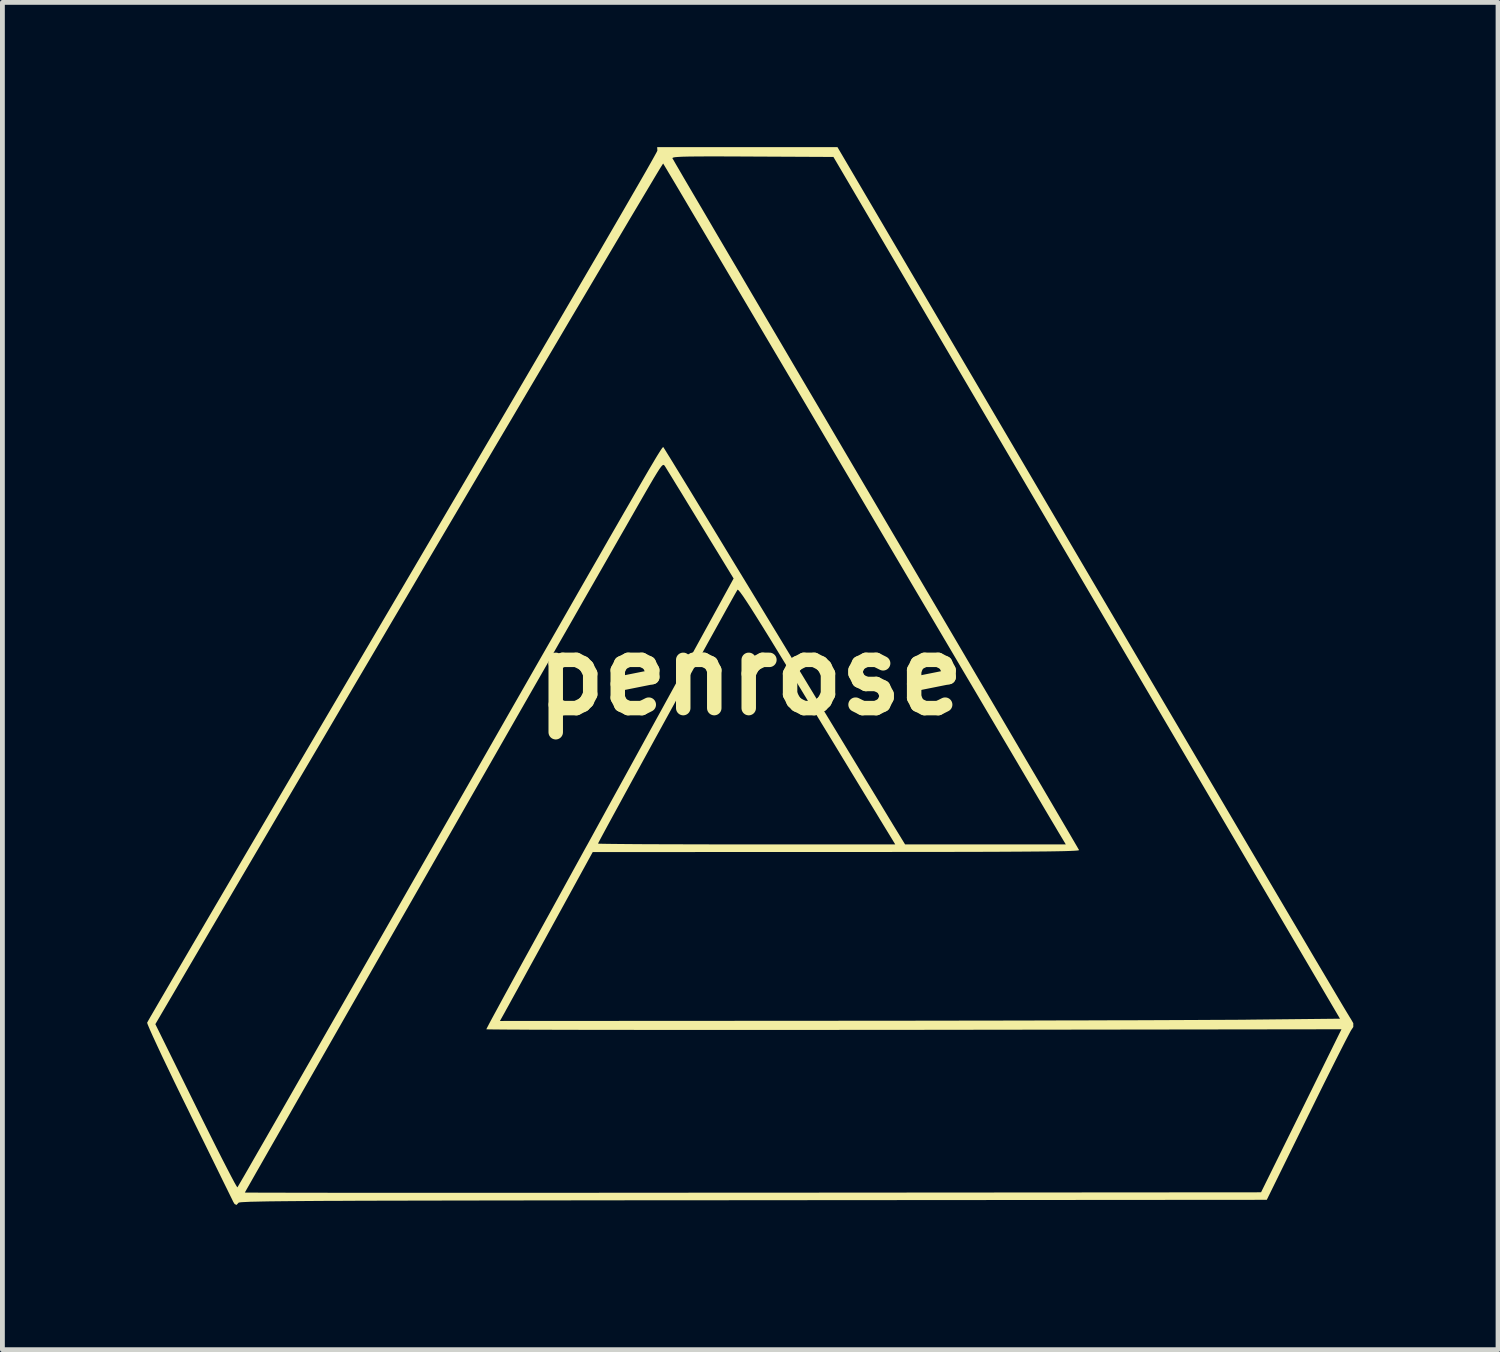
<source format=kicad_pcb>
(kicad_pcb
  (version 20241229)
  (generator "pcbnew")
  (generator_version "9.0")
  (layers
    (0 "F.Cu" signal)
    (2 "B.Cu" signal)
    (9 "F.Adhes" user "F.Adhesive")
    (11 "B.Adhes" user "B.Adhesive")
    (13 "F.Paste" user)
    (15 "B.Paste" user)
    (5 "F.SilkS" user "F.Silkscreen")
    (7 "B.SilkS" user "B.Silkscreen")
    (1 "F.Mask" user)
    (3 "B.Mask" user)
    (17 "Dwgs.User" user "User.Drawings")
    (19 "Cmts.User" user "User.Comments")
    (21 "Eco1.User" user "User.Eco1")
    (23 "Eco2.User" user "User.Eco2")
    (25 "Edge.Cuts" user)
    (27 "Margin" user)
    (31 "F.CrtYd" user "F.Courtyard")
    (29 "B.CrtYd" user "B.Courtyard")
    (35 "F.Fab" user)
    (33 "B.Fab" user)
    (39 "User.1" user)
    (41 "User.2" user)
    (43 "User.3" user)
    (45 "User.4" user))
  (footprint "penrose"
    (layer "F.Cu")
    (at 12.504 10.948)
    (property "Reference" "penrose" (at 0 0 0) (layer "F.SilkS") (effects (font (size 1.5 1.5) (thickness 0.3))))
    (attr board_only exclude_from_pos_files exclude_from_bom)
    (fp_poly (pts (xy 7.103 -1.932) (xy 7.512 -1.237) (xy 7.912 -0.556) (xy 8.303 0.109) (xy 8.684 0.756) (xy 9.054 1.384) (xy 9.411 1.99) (xy 9.754 2.573) (xy 10.082 3.13) (xy 10.394 3.659) (xy 10.689 4.159) (xy 10.965 4.627) (xy 11.221 5.061) (xy 11.457 5.46) (xy 11.67 5.822) (xy 11.861 6.144) (xy 12.027 6.424) (xy 12.167 6.66) (xy 12.281 6.852) (xy 12.367 6.995) (xy 12.424 7.089) (xy 12.451 7.132) (xy 12.452 7.134) (xy 12.495 7.209) (xy 12.495 7.288) (xy 12.463 7.335) (xy 12.442 7.368) (xy 12.397 7.453) (xy 12.329 7.583) (xy 12.241 7.756) (xy 12.135 7.965) (xy 12.015 8.205) (xy 11.881 8.473) (xy 11.738 8.763) (xy 11.587 9.07) (xy 11.563 9.118) (xy 10.702 10.87) (xy 0.058 10.878) (xy -0.919 10.879) (xy -1.836 10.879) (xy -2.694 10.88) (xy -3.495 10.881) (xy -4.241 10.882) (xy -4.934 10.883) (xy -5.575 10.884) (xy -6.168 10.885) (xy -6.713 10.886) (xy -7.213 10.887) (xy -7.669 10.888) (xy -8.084 10.889) (xy -8.459 10.891) (xy -8.796 10.892) (xy -9.097 10.894) (xy -9.365 10.896) (xy -9.6 10.898) (xy -9.805 10.9) (xy -9.981 10.902) (xy -10.132 10.905) (xy -10.258 10.908) (xy -10.361 10.91) (xy -10.443 10.914) (xy -10.507 10.917) (xy -10.554 10.92) (xy -10.586 10.924) (xy -10.605 10.928) (xy -10.612 10.933) (xy -10.612 10.933) (xy -10.652 10.976) (xy -10.692 10.957) (xy -10.721 10.909) (xy -10.74 10.869) (xy -10.785 10.778) (xy -10.814 10.719) (xy -10.479 10.719) (xy -10.448 10.72) (xy -10.357 10.721) (xy -10.208 10.721) (xy -10.003 10.722) (xy -9.745 10.722) (xy -9.435 10.723) (xy -9.077 10.723) (xy -8.672 10.724) (xy -8.223 10.724) (xy -7.731 10.724) (xy -7.2 10.724) (xy -6.632 10.724) (xy -6.028 10.724) (xy -5.392 10.724) (xy -4.725 10.724) (xy -4.029 10.724) (xy -3.308 10.724) (xy -2.563 10.723) (xy -1.796 10.723) (xy -1.01 10.722) (xy -0.207 10.722) (xy 0.052 10.722) (xy 10.583 10.714) (xy 11.417 9.025) (xy 12.25 7.335) (xy 3.388 7.347) (xy 2.648 7.347) (xy 1.924 7.348) (xy 1.219 7.349) (xy 0.535 7.349) (xy -0.125 7.349) (xy -0.758 7.349) (xy -1.363 7.349) (xy -1.936 7.349) (xy -2.476 7.348) (xy -2.979 7.348) (xy -3.444 7.347) (xy -3.867 7.346) (xy -4.246 7.345) (xy -4.579 7.344) (xy -4.864 7.342) (xy -5.097 7.341) (xy -5.277 7.339) (xy -5.4 7.338) (xy -5.465 7.336) (xy -5.474 7.335) (xy -5.459 7.304) (xy -5.417 7.223) (xy -5.385 7.163) (xy -5.192 7.163) (xy 1.682 7.159) (xy 2.361 7.158) (xy 3.04 7.158) (xy 3.714 7.157) (xy 4.379 7.156) (xy 5.031 7.155) (xy 5.667 7.154) (xy 6.282 7.152) (xy 6.872 7.151) (xy 7.435 7.149) (xy 7.964 7.148) (xy 8.458 7.146) (xy 8.911 7.144) (xy 9.32 7.142) (xy 9.682 7.14) (xy 9.991 7.139) (xy 10.244 7.137) (xy 10.387 7.135) (xy 12.219 7.116) (xy 6.969 -1.814) (xy 1.72 -10.745) (xy 0.043 -10.753) (xy -0.329 -10.755) (xy -0.642 -10.756) (xy -0.903 -10.756) (xy -1.114 -10.755) (xy -1.282 -10.753) (xy -1.409 -10.75) (xy -1.502 -10.745) (xy -1.564 -10.74) (xy -1.601 -10.732) (xy -1.616 -10.724) (xy -1.617 -10.717) (xy -1.599 -10.687) (xy -1.552 -10.605) (xy -1.475 -10.473) (xy -1.371 -10.294) (xy -1.24 -10.071) (xy -1.083 -9.804) (xy -0.903 -9.498) (xy -0.701 -9.152) (xy -0.477 -8.771) (xy -0.233 -8.357) (xy 0.029 -7.91) (xy 0.309 -7.434) (xy 0.605 -6.932) (xy 0.915 -6.404) (xy 1.239 -5.854) (xy 1.575 -5.284) (xy 1.921 -4.695) (xy 2.277 -4.09) (xy 2.598 -3.546) (xy 2.961 -2.929) (xy 3.316 -2.327) (xy 3.661 -1.74) (xy 3.996 -1.172) (xy 4.318 -0.625) (xy 4.626 -0.1) (xy 4.92 0.399) (xy 5.198 0.871) (xy 5.458 1.314) (xy 5.699 1.725) (xy 5.921 2.101) (xy 6.121 2.442) (xy 6.298 2.744) (xy 6.451 3.005) (xy 6.579 3.223) (xy 6.68 3.396) (xy 6.753 3.521) (xy 6.797 3.597) (xy 6.811 3.621) (xy 6.802 3.626) (xy 6.769 3.631) (xy 6.71 3.635) (xy 6.622 3.639) (xy 6.503 3.643) (xy 6.35 3.646) (xy 6.161 3.649) (xy 5.934 3.651) (xy 5.666 3.653) (xy 5.355 3.655) (xy 4.998 3.657) (xy 4.593 3.658) (xy 4.138 3.659) (xy 3.629 3.66) (xy 3.065 3.66) (xy 2.444 3.661) (xy 1.779 3.661) (xy -3.269 3.662) (xy -4.122 5.217) (xy -4.283 5.511) (xy -4.438 5.794) (xy -4.584 6.059) (xy -4.717 6.302) (xy -4.835 6.517) (xy -4.935 6.698) (xy -5.012 6.839) (xy -5.065 6.934) (xy -5.083 6.968) (xy -5.192 7.163) (xy -5.385 7.163) (xy -5.349 7.096) (xy -5.257 6.927) (xy -5.145 6.72) (xy -5.014 6.48) (xy -4.867 6.211) (xy -4.706 5.917) (xy -4.533 5.603) (xy -4.351 5.272) (xy -4.335 5.243) (xy -4.137 4.884) (xy -3.915 4.48) (xy -3.672 4.038) (xy -3.414 3.569) (xy -3.368 3.487) (xy -3.159 3.487) (xy -3.129 3.489) (xy -3.04 3.491) (xy -2.897 3.493) (xy -2.704 3.495) (xy -2.465 3.497) (xy -2.185 3.499) (xy -1.868 3.5) (xy -1.518 3.501) (xy -1.138 3.502) (xy -0.735 3.503) (xy -0.311 3.503) (xy -0.079 3.503) (xy 3.001 3.503) (xy 2.672 2.964) (xy 2.603 2.849) (xy 2.504 2.687) (xy 2.379 2.482) (xy 2.232 2.24) (xy 2.066 1.967) (xy 1.884 1.668) (xy 1.69 1.348) (xy 1.486 1.014) (xy 1.277 0.67) (xy 1.066 0.322) (xy 1.056 0.305) (xy 0.809 -0.101) (xy 0.592 -0.455) (xy 0.405 -0.761) (xy 0.244 -1.021) (xy 0.109 -1.237) (xy -0.003 -1.414) (xy -0.093 -1.552) (xy -0.162 -1.654) (xy -0.213 -1.724) (xy -0.247 -1.764) (xy -0.265 -1.777) (xy -0.268 -1.775) (xy -0.287 -1.743) (xy -0.334 -1.661) (xy -0.405 -1.534) (xy -0.499 -1.366) (xy -0.612 -1.162) (xy -0.743 -0.926) (xy -0.889 -0.663) (xy -1.046 -0.377) (xy -1.213 -0.074) (xy -1.388 0.242) (xy -1.566 0.567) (xy -1.747 0.896) (xy -1.928 1.225) (xy -2.105 1.548) (xy -2.277 1.862) (xy -2.441 2.161) (xy -2.594 2.441) (xy -2.734 2.698) (xy -2.859 2.927) (xy -2.965 3.122) (xy -3.051 3.281) (xy -3.113 3.397) (xy -3.15 3.467) (xy -3.159 3.487) (xy -3.368 3.487) (xy -3.146 3.082) (xy -2.873 2.585) (xy -2.599 2.088) (xy -2.331 1.6) (xy -2.073 1.13) (xy -1.829 0.687) (xy -1.772 0.583) (xy -0.349 -2.008) (xy -0.476 -2.216) (xy -0.523 -2.293) (xy -0.598 -2.416) (xy -0.695 -2.575) (xy -0.811 -2.764) (xy -0.939 -2.974) (xy -1.075 -3.197) (xy -1.165 -3.345) (xy -1.299 -3.564) (xy -1.424 -3.77) (xy -1.537 -3.953) (xy -1.632 -4.109) (xy -1.707 -4.23) (xy -1.756 -4.31) (xy -1.774 -4.339) (xy -1.788 -4.356) (xy -1.802 -4.363) (xy -1.821 -4.356) (xy -1.848 -4.329) (xy -1.886 -4.278) (xy -1.937 -4.198) (xy -2.006 -4.085) (xy -2.095 -3.933) (xy -2.208 -3.738) (xy -2.347 -3.496) (xy -2.409 -3.387) (xy -2.479 -3.265) (xy -2.578 -3.091) (xy -2.706 -2.869) (xy -2.859 -2.601) (xy -3.037 -2.29) (xy -3.238 -1.939) (xy -3.46 -1.552) (xy -3.701 -1.129) (xy -3.961 -0.676) (xy -4.237 -0.193) (xy -4.528 0.314) (xy -4.832 0.845) (xy -5.147 1.396) (xy -5.472 1.964) (xy -5.806 2.546) (xy -6.145 3.14) (xy -6.49 3.742) (xy -6.737 4.174) (xy -7.076 4.766) (xy -7.407 5.343) (xy -7.728 5.904) (xy -8.038 6.446) (xy -8.336 6.966) (xy -8.62 7.463) (xy -8.889 7.934) (xy -9.142 8.376) (xy -9.377 8.787) (xy -9.593 9.166) (xy -9.789 9.509) (xy -9.964 9.814) (xy -10.115 10.079) (xy -10.242 10.301) (xy -10.343 10.479) (xy -10.417 10.609) (xy -10.463 10.69) (xy -10.479 10.719) (xy -10.479 10.719) (xy -10.814 10.719) (xy -10.852 10.641) (xy -10.94 10.463) (xy -11.045 10.248) (xy -11.166 10.002) (xy -11.3 9.729) (xy -11.445 9.435) (xy -11.598 9.124) (xy -11.636 9.045) (xy -11.793 8.726) (xy -11.94 8.424) (xy -12.074 8.144) (xy -12.195 7.892) (xy -12.298 7.671) (xy -12.383 7.487) (xy -12.447 7.344) (xy -12.488 7.247) (xy -12.495 7.229) (xy -12.334 7.229) (xy -11.494 8.932) (xy -11.344 9.235) (xy -11.202 9.52) (xy -11.071 9.782) (xy -10.952 10.017) (xy -10.848 10.219) (xy -10.762 10.385) (xy -10.696 10.509) (xy -10.652 10.586) (xy -10.633 10.612) (xy -10.633 10.612) (xy -10.616 10.583) (xy -10.569 10.502) (xy -10.493 10.372) (xy -10.391 10.195) (xy -10.264 9.973) (xy -10.112 9.709) (xy -9.938 9.406) (xy -9.742 9.065) (xy -9.527 8.69) (xy -9.294 8.282) (xy -9.043 7.845) (xy -8.777 7.38) (xy -8.496 6.89) (xy -8.203 6.378) (xy -7.898 5.845) (xy -7.583 5.295) (xy -7.26 4.73) (xy -7.149 4.536) (xy -6.666 3.691) (xy -6.213 2.9) (xy -5.789 2.159) (xy -5.393 1.467) (xy -5.025 0.823) (xy -4.683 0.225) (xy -4.366 -0.329) (xy -4.073 -0.84) (xy -3.804 -1.31) (xy -3.557 -1.742) (xy -3.331 -2.136) (xy -3.125 -2.494) (xy -2.94 -2.818) (xy -2.772 -3.109) (xy -2.622 -3.37) (xy -2.488 -3.601) (xy -2.37 -3.806) (xy -2.267 -3.984) (xy -2.177 -4.139) (xy -2.1 -4.271) (xy -2.034 -4.382) (xy -1.979 -4.475) (xy -1.934 -4.55) (xy -1.897 -4.609) (xy -1.868 -4.655) (xy -1.846 -4.688) (xy -1.83 -4.711) (xy -1.818 -4.725) (xy -1.81 -4.731) (xy -1.806 -4.732) (xy -1.803 -4.729) (xy -1.801 -4.724) (xy -1.799 -4.719) (xy -1.796 -4.715) (xy -1.776 -4.684) (xy -1.726 -4.603) (xy -1.646 -4.474) (xy -1.54 -4.301) (xy -1.409 -4.087) (xy -1.254 -3.834) (xy -1.079 -3.546) (xy -0.883 -3.225) (xy -0.67 -2.876) (xy -0.442 -2.5) (xy -0.199 -2.101) (xy 0.056 -1.682) (xy 0.321 -1.245) (xy 0.564 -0.845) (xy 0.839 -0.391) (xy 1.107 0.05) (xy 1.366 0.477) (xy 1.614 0.885) (xy 1.849 1.272) (xy 2.069 1.635) (xy 2.272 1.969) (xy 2.456 2.272) (xy 2.619 2.54) (xy 2.759 2.771) (xy 2.874 2.961) (xy 2.962 3.106) (xy 3.022 3.204) (xy 3.047 3.245) (xy 3.205 3.503) (xy 4.871 3.503) (xy 6.536 3.503) (xy 6.4 3.277) (xy 6.372 3.23) (xy 6.314 3.131) (xy 6.226 2.984) (xy 6.111 2.79) (xy 5.97 2.551) (xy 5.804 2.27) (xy 5.615 1.95) (xy 5.404 1.592) (xy 5.172 1.2) (xy 4.92 0.774) (xy 4.652 0.319) (xy 4.366 -0.164) (xy 4.066 -0.673) (xy 3.752 -1.204) (xy 3.425 -1.757) (xy 3.088 -2.328) (xy 2.742 -2.914) (xy 2.387 -3.515) (xy 2.237 -3.769) (xy 1.881 -4.372) (xy 1.534 -4.96) (xy 1.196 -5.533) (xy 0.869 -6.086) (xy 0.554 -6.619) (xy 0.253 -7.128) (xy -0.033 -7.612) (xy -0.303 -8.068) (xy -0.555 -8.494) (xy -0.788 -8.888) (xy -1 -9.247) (xy -1.191 -9.569) (xy -1.359 -9.853) (xy -1.502 -10.095) (xy -1.62 -10.293) (xy -1.711 -10.445) (xy -1.773 -10.549) (xy -1.805 -10.602) (xy -1.809 -10.609) (xy -1.826 -10.584) (xy -1.874 -10.507) (xy -1.95 -10.381) (xy -2.053 -10.208) (xy -2.183 -9.99) (xy -2.338 -9.73) (xy -2.517 -9.43) (xy -2.717 -9.092) (xy -2.938 -8.719) (xy -3.179 -8.313) (xy -3.437 -7.877) (xy -3.713 -7.412) (xy -4.003 -6.92) (xy -4.307 -6.406) (xy -4.624 -5.87) (xy -4.952 -5.314) (xy -5.29 -4.743) (xy -5.636 -4.156) (xy -5.989 -3.558) (xy -6.348 -2.95) (xy -6.711 -2.335) (xy -7.076 -1.714) (xy -7.444 -1.091) (xy -7.811 -0.467) (xy -8.178 0.155) (xy -8.542 0.773) (xy -8.901 1.384) (xy -9.256 1.986) (xy -9.604 2.577) (xy -9.943 3.155) (xy -10.273 3.716) (xy -10.593 4.26) (xy -10.9 4.783) (xy -11.194 5.283) (xy -11.472 5.758) (xy -11.735 6.206) (xy -11.979 6.624) (xy -12.024 6.7) (xy -12.334 7.229) (xy -12.495 7.229) (xy -12.504 7.201) (xy -12.504 7.198) (xy -12.487 7.167) (xy -12.44 7.084) (xy -12.363 6.952) (xy -12.258 6.771) (xy -12.126 6.545) (xy -11.968 6.274) (xy -11.785 5.962) (xy -11.579 5.609) (xy -11.35 5.219) (xy -11.101 4.793) (xy -10.831 4.333) (xy -10.542 3.84) (xy -10.235 3.318) (xy -9.912 2.768) (xy -9.574 2.192) (xy -9.221 1.591) (xy -8.855 0.969) (xy -8.477 0.327) (xy -8.089 -0.333) (xy -7.691 -1.01) (xy -7.285 -1.7) (xy -7.207 -1.832) (xy -6.74 -2.627) (xy -6.289 -3.394) (xy -5.855 -4.132) (xy -5.44 -4.839) (xy -5.043 -5.514) (xy -4.667 -6.156) (xy -4.311 -6.764) (xy -3.977 -7.335) (xy -3.665 -7.869) (xy -3.376 -8.364) (xy -3.11 -8.819) (xy -2.87 -9.232) (xy -2.655 -9.602) (xy -2.466 -9.929) (xy -2.304 -10.209) (xy -2.17 -10.442) (xy -2.065 -10.627) (xy -1.989 -10.763) (xy -1.943 -10.847) (xy -1.929 -10.878) (xy -1.933 -10.948) (xy -0.065 -10.948) (xy 1.804 -10.948)) (stroke (width 0) (type solid)) (fill yes) (layer "F.SilkS")))
  (gr_rect
    (start -3 -3)
    (end 27.999 24.924)
    (stroke (width 0.1) (type default))
    (fill no)
    (layer "Edge.Cuts")))
</source>
